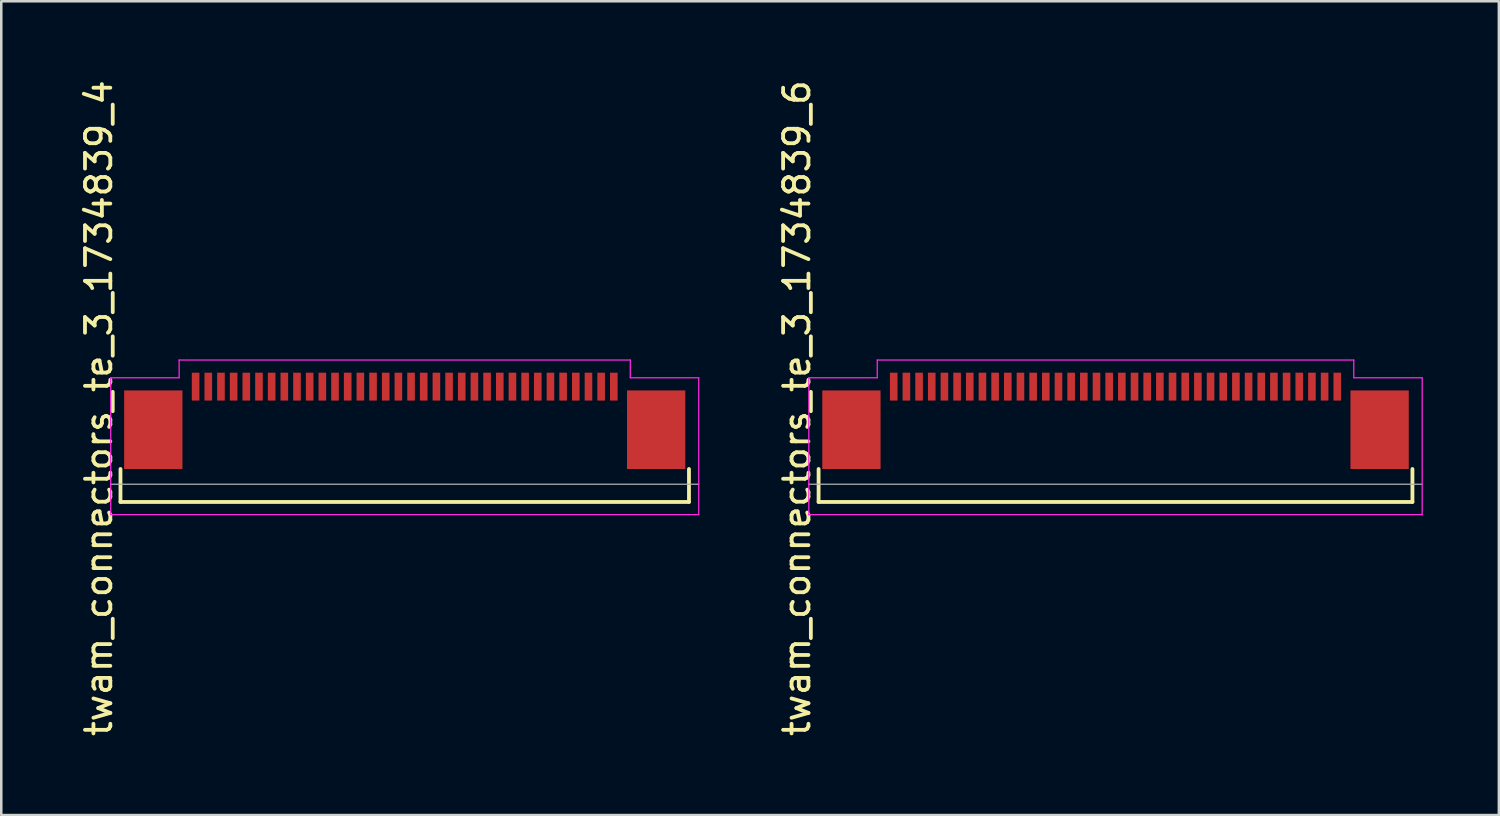
<source format=kicad_pcb>
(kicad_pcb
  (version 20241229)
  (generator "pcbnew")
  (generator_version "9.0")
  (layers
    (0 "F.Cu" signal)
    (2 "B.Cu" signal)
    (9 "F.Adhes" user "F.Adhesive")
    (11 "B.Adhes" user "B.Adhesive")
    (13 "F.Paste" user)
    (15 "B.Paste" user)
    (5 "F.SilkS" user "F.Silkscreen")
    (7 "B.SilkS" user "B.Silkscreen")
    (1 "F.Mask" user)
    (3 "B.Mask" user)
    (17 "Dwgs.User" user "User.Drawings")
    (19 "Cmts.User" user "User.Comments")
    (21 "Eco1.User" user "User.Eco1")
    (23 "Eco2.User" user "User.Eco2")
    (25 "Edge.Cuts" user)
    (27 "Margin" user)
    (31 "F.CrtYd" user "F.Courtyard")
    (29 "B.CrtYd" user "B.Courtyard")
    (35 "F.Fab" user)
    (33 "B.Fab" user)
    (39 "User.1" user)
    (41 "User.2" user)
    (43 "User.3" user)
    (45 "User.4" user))
  (footprint "twam_connectors_te_3_1734839_4"
    (layer "F.Cu")
    (at 12.918 13.054)
    (property "Reference" "twam_connectors_te_3_1734839_4" (at -12.07 0 270) (layer "F.SilkS") (effects (font (size 1 1) (thickness 0.15))))
    (attr smd)
    (fp_line (start -11.215 2.4) (end -11.215 3.7) (stroke (width 0.15) (type solid)) (layer "F.SilkS"))
    (fp_line (start -11.215 3.7) (end 11.215 3.7) (stroke (width 0.15) (type solid)) (layer "F.SilkS"))
    (fp_line (start 11.215 2.4) (end 11.215 3.7) (stroke (width 0.15) (type solid)) (layer "F.SilkS"))
    (fp_line (start -11.6 -1.2) (end -11.6 4.2) (stroke (width 0.05) (type solid)) (layer "F.CrtYd"))
    (fp_line (start -11.6 -1.2) (end -8.9 -1.2) (stroke (width 0.05) (type solid)) (layer "F.CrtYd"))
    (fp_line (start -11.6 4.2) (end 11.6 4.2) (stroke (width 0.05) (type solid)) (layer "F.CrtYd"))
    (fp_line (start -8.9 -1.9) (end -8.9 -1.2) (stroke (width 0.05) (type solid)) (layer "F.CrtYd"))
    (fp_line (start -8.9 -1.9) (end 8.9 -1.9) (stroke (width 0.05) (type solid)) (layer "F.CrtYd"))
    (fp_line (start 8.9 -1.9) (end 8.9 -1.2) (stroke (width 0.05) (type solid)) (layer "F.CrtYd"))
    (fp_line (start 8.9 -1.2) (end 11.6 -1.2) (stroke (width 0.05) (type solid)) (layer "F.CrtYd"))
    (fp_line (start 11.6 -1.2) (end 11.6 4.2) (stroke (width 0.05) (type solid)) (layer "F.CrtYd"))
    (fp_line (start -11.6 3) (end 11.6 3) (stroke (width 0.05) (type solid)) (layer "F.Fab"))
    (pad "1" smd rect (at 8.25 -0.85) (size 0.3 1.1) (layers "F.Cu" "F.Mask" "F.Paste"))
    (pad "2" smd rect (at 7.75 -0.85) (size 0.3 1.1) (layers "F.Cu" "F.Mask" "F.Paste"))
    (pad "3" smd rect (at 7.25 -0.85) (size 0.3 1.1) (layers "F.Cu" "F.Mask" "F.Paste"))
    (pad "4" smd rect (at 6.75 -0.85) (size 0.3 1.1) (layers "F.Cu" "F.Mask" "F.Paste"))
    (pad "5" smd rect (at 6.25 -0.85) (size 0.3 1.1) (layers "F.Cu" "F.Mask" "F.Paste"))
    (pad "6" smd rect (at 5.75 -0.85) (size 0.3 1.1) (layers "F.Cu" "F.Mask" "F.Paste"))
    (pad "7" smd rect (at 5.25 -0.85) (size 0.3 1.1) (layers "F.Cu" "F.Mask" "F.Paste"))
    (pad "8" smd rect (at 4.75 -0.85) (size 0.3 1.1) (layers "F.Cu" "F.Mask" "F.Paste"))
    (pad "9" smd rect (at 4.25 -0.85) (size 0.3 1.1) (layers "F.Cu" "F.Mask" "F.Paste"))
    (pad "10" smd rect (at 3.75 -0.85) (size 0.3 1.1) (layers "F.Cu" "F.Mask" "F.Paste"))
    (pad "11" smd rect (at 3.25 -0.85) (size 0.3 1.1) (layers "F.Cu" "F.Mask" "F.Paste"))
    (pad "12" smd rect (at 2.75 -0.85) (size 0.3 1.1) (layers "F.Cu" "F.Mask" "F.Paste"))
    (pad "13" smd rect (at 2.25 -0.85) (size 0.3 1.1) (layers "F.Cu" "F.Mask" "F.Paste"))
    (pad "14" smd rect (at 1.75 -0.85) (size 0.3 1.1) (layers "F.Cu" "F.Mask" "F.Paste"))
    (pad "15" smd rect (at 1.25 -0.85) (size 0.3 1.1) (layers "F.Cu" "F.Mask" "F.Paste"))
    (pad "16" smd rect (at 0.75 -0.85) (size 0.3 1.1) (layers "F.Cu" "F.Mask" "F.Paste"))
    (pad "17" smd rect (at 0.25 -0.85) (size 0.3 1.1) (layers "F.Cu" "F.Mask" "F.Paste"))
    (pad "18" smd rect (at -0.25 -0.85) (size 0.3 1.1) (layers "F.Cu" "F.Mask" "F.Paste"))
    (pad "19" smd rect (at -0.75 -0.85) (size 0.3 1.1) (layers "F.Cu" "F.Mask" "F.Paste"))
    (pad "20" smd rect (at -1.25 -0.85) (size 0.3 1.1) (layers "F.Cu" "F.Mask" "F.Paste"))
    (pad "21" smd rect (at -1.75 -0.85) (size 0.3 1.1) (layers "F.Cu" "F.Mask" "F.Paste"))
    (pad "22" smd rect (at -2.25 -0.85) (size 0.3 1.1) (layers "F.Cu" "F.Mask" "F.Paste"))
    (pad "23" smd rect (at -2.75 -0.85) (size 0.3 1.1) (layers "F.Cu" "F.Mask" "F.Paste"))
    (pad "24" smd rect (at -3.25 -0.85) (size 0.3 1.1) (layers "F.Cu" "F.Mask" "F.Paste"))
    (pad "25" smd rect (at -3.75 -0.85) (size 0.3 1.1) (layers "F.Cu" "F.Mask" "F.Paste"))
    (pad "26" smd rect (at -4.25 -0.85) (size 0.3 1.1) (layers "F.Cu" "F.Mask" "F.Paste"))
    (pad "27" smd rect (at -4.75 -0.85) (size 0.3 1.1) (layers "F.Cu" "F.Mask" "F.Paste"))
    (pad "28" smd rect (at -5.25 -0.85) (size 0.3 1.1) (layers "F.Cu" "F.Mask" "F.Paste"))
    (pad "29" smd rect (at -5.75 -0.85) (size 0.3 1.1) (layers "F.Cu" "F.Mask" "F.Paste"))
    (pad "30" smd rect (at -6.25 -0.85) (size 0.3 1.1) (layers "F.Cu" "F.Mask" "F.Paste"))
    (pad "31" smd rect (at -6.75 -0.85) (size 0.3 1.1) (layers "F.Cu" "F.Mask" "F.Paste"))
    (pad "32" smd rect (at -7.25 -0.85) (size 0.3 1.1) (layers "F.Cu" "F.Mask" "F.Paste"))
    (pad "33" smd rect (at -7.75 -0.85) (size 0.3 1.1) (layers "F.Cu" "F.Mask" "F.Paste"))
    (pad "34" smd rect (at -8.25 -0.85) (size 0.3 1.1) (layers "F.Cu" "F.Mask" "F.Paste"))
    (pad "F1" smd rect (at -9.92 0.85) (size 2.3 3.1) (layers "F.Cu" "F.Mask" "F.Paste"))
    (pad "F2" smd rect (at 9.92 0.85) (size 2.3 3.1) (layers "F.Cu" "F.Mask" "F.Paste")))
  (footprint "twam_connectors_te_3_1734839_6"
    (layer "F.Cu")
    (at 40.962 13.054)
    (property "Reference" "twam_connectors_te_3_1734839_6" (at -12.57 0 270) (layer "F.SilkS") (effects (font (size 1 1) (thickness 0.15))))
    (attr smd)
    (fp_line (start -11.715 2.4) (end -11.715 3.7) (stroke (width 0.15) (type solid)) (layer "F.SilkS"))
    (fp_line (start -11.715 3.7) (end 11.715 3.7) (stroke (width 0.15) (type solid)) (layer "F.SilkS"))
    (fp_line (start 11.715 2.4) (end 11.715 3.7) (stroke (width 0.15) (type solid)) (layer "F.SilkS"))
    (fp_line (start -12.1 -1.2) (end -12.1 4.2) (stroke (width 0.05) (type solid)) (layer "F.CrtYd"))
    (fp_line (start -12.1 -1.2) (end -9.4 -1.2) (stroke (width 0.05) (type solid)) (layer "F.CrtYd"))
    (fp_line (start -12.1 4.2) (end 12.1 4.2) (stroke (width 0.05) (type solid)) (layer "F.CrtYd"))
    (fp_line (start -9.4 -1.9) (end -9.4 -1.2) (stroke (width 0.05) (type solid)) (layer "F.CrtYd"))
    (fp_line (start -9.4 -1.9) (end 9.4 -1.9) (stroke (width 0.05) (type solid)) (layer "F.CrtYd"))
    (fp_line (start 9.4 -1.9) (end 9.4 -1.2) (stroke (width 0.05) (type solid)) (layer "F.CrtYd"))
    (fp_line (start 9.4 -1.2) (end 12.1 -1.2) (stroke (width 0.05) (type solid)) (layer "F.CrtYd"))
    (fp_line (start 12.1 -1.2) (end 12.1 4.2) (stroke (width 0.05) (type solid)) (layer "F.CrtYd"))
    (fp_line (start -12.1 3) (end 12.1 3) (stroke (width 0.05) (type solid)) (layer "F.Fab"))
    (pad "1" smd rect (at 8.75 -0.85) (size 0.3 1.1) (layers "F.Cu" "F.Mask" "F.Paste"))
    (pad "2" smd rect (at 8.25 -0.85) (size 0.3 1.1) (layers "F.Cu" "F.Mask" "F.Paste"))
    (pad "3" smd rect (at 7.75 -0.85) (size 0.3 1.1) (layers "F.Cu" "F.Mask" "F.Paste"))
    (pad "4" smd rect (at 7.25 -0.85) (size 0.3 1.1) (layers "F.Cu" "F.Mask" "F.Paste"))
    (pad "5" smd rect (at 6.75 -0.85) (size 0.3 1.1) (layers "F.Cu" "F.Mask" "F.Paste"))
    (pad "6" smd rect (at 6.25 -0.85) (size 0.3 1.1) (layers "F.Cu" "F.Mask" "F.Paste"))
    (pad "7" smd rect (at 5.75 -0.85) (size 0.3 1.1) (layers "F.Cu" "F.Mask" "F.Paste"))
    (pad "8" smd rect (at 5.25 -0.85) (size 0.3 1.1) (layers "F.Cu" "F.Mask" "F.Paste"))
    (pad "9" smd rect (at 4.75 -0.85) (size 0.3 1.1) (layers "F.Cu" "F.Mask" "F.Paste"))
    (pad "10" smd rect (at 4.25 -0.85) (size 0.3 1.1) (layers "F.Cu" "F.Mask" "F.Paste"))
    (pad "11" smd rect (at 3.75 -0.85) (size 0.3 1.1) (layers "F.Cu" "F.Mask" "F.Paste"))
    (pad "12" smd rect (at 3.25 -0.85) (size 0.3 1.1) (layers "F.Cu" "F.Mask" "F.Paste"))
    (pad "13" smd rect (at 2.75 -0.85) (size 0.3 1.1) (layers "F.Cu" "F.Mask" "F.Paste"))
    (pad "14" smd rect (at 2.25 -0.85) (size 0.3 1.1) (layers "F.Cu" "F.Mask" "F.Paste"))
    (pad "15" smd rect (at 1.75 -0.85) (size 0.3 1.1) (layers "F.Cu" "F.Mask" "F.Paste"))
    (pad "16" smd rect (at 1.25 -0.85) (size 0.3 1.1) (layers "F.Cu" "F.Mask" "F.Paste"))
    (pad "17" smd rect (at 0.75 -0.85) (size 0.3 1.1) (layers "F.Cu" "F.Mask" "F.Paste"))
    (pad "18" smd rect (at 0.25 -0.85) (size 0.3 1.1) (layers "F.Cu" "F.Mask" "F.Paste"))
    (pad "19" smd rect (at -0.25 -0.85) (size 0.3 1.1) (layers "F.Cu" "F.Mask" "F.Paste"))
    (pad "20" smd rect (at -0.75 -0.85) (size 0.3 1.1) (layers "F.Cu" "F.Mask" "F.Paste"))
    (pad "21" smd rect (at -1.25 -0.85) (size 0.3 1.1) (layers "F.Cu" "F.Mask" "F.Paste"))
    (pad "22" smd rect (at -1.75 -0.85) (size 0.3 1.1) (layers "F.Cu" "F.Mask" "F.Paste"))
    (pad "23" smd rect (at -2.25 -0.85) (size 0.3 1.1) (layers "F.Cu" "F.Mask" "F.Paste"))
    (pad "24" smd rect (at -2.75 -0.85) (size 0.3 1.1) (layers "F.Cu" "F.Mask" "F.Paste"))
    (pad "25" smd rect (at -3.25 -0.85) (size 0.3 1.1) (layers "F.Cu" "F.Mask" "F.Paste"))
    (pad "26" smd rect (at -3.75 -0.85) (size 0.3 1.1) (layers "F.Cu" "F.Mask" "F.Paste"))
    (pad "27" smd rect (at -4.25 -0.85) (size 0.3 1.1) (layers "F.Cu" "F.Mask" "F.Paste"))
    (pad "28" smd rect (at -4.75 -0.85) (size 0.3 1.1) (layers "F.Cu" "F.Mask" "F.Paste"))
    (pad "29" smd rect (at -5.25 -0.85) (size 0.3 1.1) (layers "F.Cu" "F.Mask" "F.Paste"))
    (pad "30" smd rect (at -5.75 -0.85) (size 0.3 1.1) (layers "F.Cu" "F.Mask" "F.Paste"))
    (pad "31" smd rect (at -6.25 -0.85) (size 0.3 1.1) (layers "F.Cu" "F.Mask" "F.Paste"))
    (pad "32" smd rect (at -6.75 -0.85) (size 0.3 1.1) (layers "F.Cu" "F.Mask" "F.Paste"))
    (pad "33" smd rect (at -7.25 -0.85) (size 0.3 1.1) (layers "F.Cu" "F.Mask" "F.Paste"))
    (pad "34" smd rect (at -7.75 -0.85) (size 0.3 1.1) (layers "F.Cu" "F.Mask" "F.Paste"))
    (pad "35" smd rect (at -8.25 -0.85) (size 0.3 1.1) (layers "F.Cu" "F.Mask" "F.Paste"))
    (pad "36" smd rect (at -8.75 -0.85) (size 0.3 1.1) (layers "F.Cu" "F.Mask" "F.Paste"))
    (pad "F1" smd rect (at -10.42 0.85) (size 2.3 3.1) (layers "F.Cu" "F.Mask" "F.Paste"))
    (pad "F2" smd rect (at 10.42 0.85) (size 2.3 3.1) (layers "F.Cu" "F.Mask" "F.Paste")))
  (gr_rect
    (start -3 -3)
    (end 56.087 29.107)
    (stroke (width 0.1) (type default))
    (fill no)
    (layer "Edge.Cuts")))
</source>
